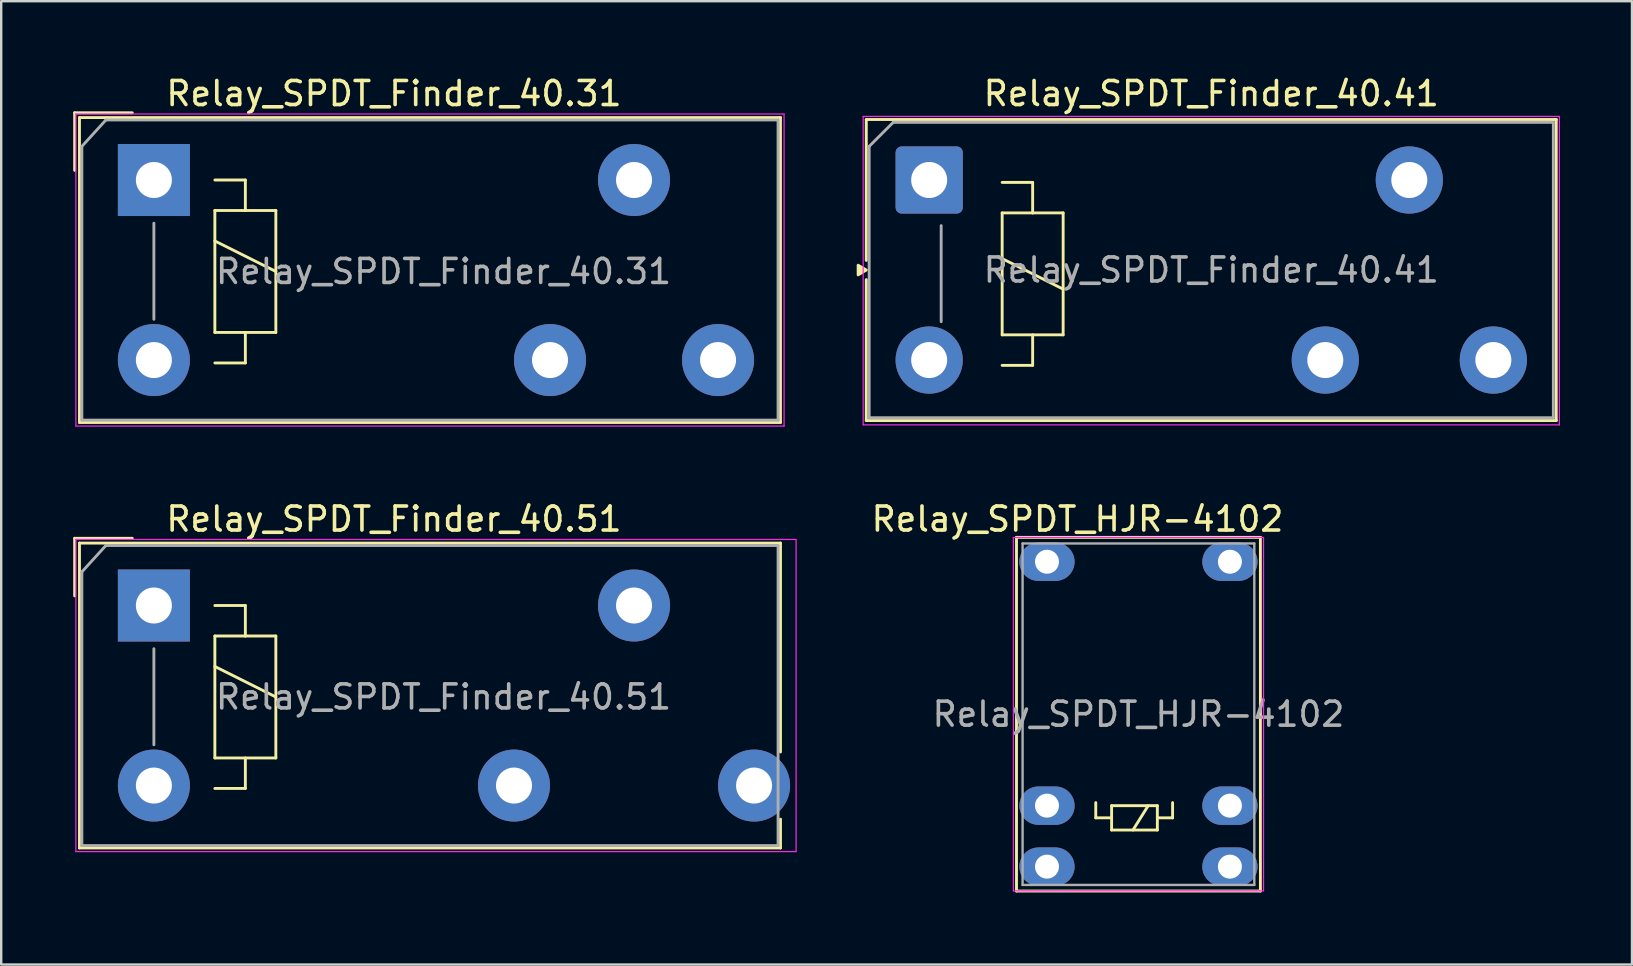
<source format=kicad_pcb>
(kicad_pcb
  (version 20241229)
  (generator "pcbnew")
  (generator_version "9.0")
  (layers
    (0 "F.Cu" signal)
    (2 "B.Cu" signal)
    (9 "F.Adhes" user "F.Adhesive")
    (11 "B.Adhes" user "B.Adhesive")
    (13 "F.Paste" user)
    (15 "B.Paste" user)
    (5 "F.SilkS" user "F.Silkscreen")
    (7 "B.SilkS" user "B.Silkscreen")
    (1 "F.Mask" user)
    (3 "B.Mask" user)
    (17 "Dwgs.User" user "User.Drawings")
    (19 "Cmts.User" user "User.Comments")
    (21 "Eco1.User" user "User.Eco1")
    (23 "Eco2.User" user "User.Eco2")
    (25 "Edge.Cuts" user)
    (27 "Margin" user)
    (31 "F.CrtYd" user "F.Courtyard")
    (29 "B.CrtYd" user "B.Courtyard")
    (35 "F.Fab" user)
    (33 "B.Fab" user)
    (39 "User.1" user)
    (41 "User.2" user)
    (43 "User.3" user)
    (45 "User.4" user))
  (footprint "Relay_SPDT_Finder_40.41"
    (layer "F.Cu")
    (at 35.654 4.448)
    (property "Reference" "Relay_SPDT_Finder_40.41" (at 11.75 -3.6 0) (layer "F.SilkS") (effects (font (size 1 1) (thickness 0.15))))
    (attr through_hole)
    (fp_line (start -2.62 -2.52) (end 26.12 -2.52) (stroke (width 0.12) (type solid)) (layer "F.SilkS"))
    (fp_line (start -2.62 3.35) (end -2.62 -2.52) (stroke (width 0.12) (type solid)) (layer "F.SilkS"))
    (fp_line (start -2.62 4.15) (end -2.62 10.02) (stroke (width 0.12) (type solid)) (layer "F.SilkS"))
    (fp_line (start 3.04 0.1) (end 4.31 0.1) (stroke (width 0.12) (type solid)) (layer "F.SilkS"))
    (fp_line (start 3.04 1.37) (end 4.31 1.37) (stroke (width 0.12) (type solid)) (layer "F.SilkS"))
    (fp_line (start 3.04 3.275) (end 5.58 4.545) (stroke (width 0.12) (type solid)) (layer "F.SilkS"))
    (fp_line (start 3.04 6.45) (end 3.04 1.37) (stroke (width 0.12) (type solid)) (layer "F.SilkS"))
    (fp_line (start 4.31 0.1) (end 4.31 1.37) (stroke (width 0.12) (type solid)) (layer "F.SilkS"))
    (fp_line (start 4.31 1.37) (end 5.58 1.37) (stroke (width 0.12) (type solid)) (layer "F.SilkS"))
    (fp_line (start 4.31 6.45) (end 4.31 7.72) (stroke (width 0.12) (type solid)) (layer "F.SilkS"))
    (fp_line (start 4.31 7.72) (end 3.04 7.72) (stroke (width 0.12) (type solid)) (layer "F.SilkS"))
    (fp_line (start 5.58 1.37) (end 5.58 6.45) (stroke (width 0.12) (type solid)) (layer "F.SilkS"))
    (fp_line (start 5.58 6.45) (end 3.04 6.45) (stroke (width 0.12) (type solid)) (layer "F.SilkS"))
    (fp_line (start 26.12 10.02) (end -2.62 10.02) (stroke (width 0.12) (type solid)) (layer "F.SilkS"))
    (fp_line (start 26.12 10.02) (end 26.12 -2.52) (stroke (width 0.12) (type solid)) (layer "F.SilkS"))
    (fp_poly (pts (xy -2.62 3.75) (xy -2.959 3.95) (xy -2.959 3.55) (xy -2.62 3.75)) (stroke (width 0.12) (type solid)) (fill yes) (layer "F.SilkS"))
    (fp_line (start -2.75 -2.65) (end -2.75 10.2) (stroke (width 0.05) (type solid)) (layer "F.CrtYd"))
    (fp_line (start -2.75 -2.65) (end 26.25 -2.65) (stroke (width 0.05) (type solid)) (layer "F.CrtYd"))
    (fp_line (start 26.25 10.2) (end -2.75 10.2) (stroke (width 0.05) (type solid)) (layer "F.CrtYd"))
    (fp_line (start 26.25 10.2) (end 26.25 -2.65) (stroke (width 0.05) (type solid)) (layer "F.CrtYd"))
    (fp_line (start -2.5 -1.4) (end -2.5 9.9) (stroke (width 0.12) (type solid)) (layer "F.Fab"))
    (fp_line (start -2.5 9.9) (end 26 9.9) (stroke (width 0.12) (type solid)) (layer "F.Fab"))
    (fp_line (start -1.5 -2.4) (end -2.5 -1.4) (stroke (width 0.12) (type solid)) (layer "F.Fab"))
    (fp_line (start 0.5 1.9) (end 0.5 5.9) (stroke (width 0.12) (type solid)) (layer "F.Fab"))
    (fp_line (start 26 -2.4) (end -1.5 -2.4) (stroke (width 0.12) (type solid)) (layer "F.Fab"))
    (fp_line (start 26 9.9) (end 26 -2.4) (stroke (width 0.12) (type solid)) (layer "F.Fab"))
    (fp_text user "${REFERENCE}" (at 11.75 3.75 0) (layer "F.Fab") (effects (font (size 1 1) (thickness 0.15))))
    (pad "11" thru_hole circle (at 20 0) (size 2.8 2.8) (drill 1.5) (layers "*.Cu" "*.Mask"))
    (pad "12" thru_hole circle (at 16.5 7.5) (size 2.8 2.8) (drill 1.5) (layers "*.Cu" "*.Mask"))
    (pad "14" thru_hole circle (at 23.5 7.5) (size 2.8 2.8) (drill 1.5) (layers "*.Cu" "*.Mask"))
    (pad "A1" thru_hole roundrect (at 0 0) (size 2.8 2.8) (drill 1.5) (layers "*.Cu" "*.Mask") (roundrect_rratio 0.089))
    (pad "A2" thru_hole circle (at 0 7.5) (size 2.8 2.8) (drill 1.5) (layers "*.Cu" "*.Mask")))
  (footprint "Relay_SPDT_Finder_40.51"
    (layer "F.Cu")
    (at 3.36 22.172)
    (property "Reference" "Relay_SPDT_Finder_40.51" (at 10 -3.6 0) (layer "F.SilkS") (effects (font (size 1 1) (thickness 0.15))))
    (attr through_hole)
    (fp_line (start -3.3 -0.4) (end -3.3 -2.8) (stroke (width 0.12) (type solid)) (layer "F.SilkS"))
    (fp_line (start -3.1 -2.6) (end 26.1 -2.6) (stroke (width 0.12) (type solid)) (layer "F.SilkS"))
    (fp_line (start -3.1 10.1) (end -3.1 -2.6) (stroke (width 0.12) (type solid)) (layer "F.SilkS"))
    (fp_line (start -0.9 -2.8) (end -3.3 -2.8) (stroke (width 0.12) (type solid)) (layer "F.SilkS"))
    (fp_line (start 2.54 0) (end 3.81 0) (stroke (width 0.12) (type solid)) (layer "F.SilkS"))
    (fp_line (start 2.54 1.27) (end 3.81 1.27) (stroke (width 0.12) (type solid)) (layer "F.SilkS"))
    (fp_line (start 2.54 2.54) (end 5.08 3.81) (stroke (width 0.12) (type solid)) (layer "F.SilkS"))
    (fp_line (start 2.54 6.35) (end 2.54 1.27) (stroke (width 0.12) (type solid)) (layer "F.SilkS"))
    (fp_line (start 3.81 0) (end 3.81 1.27) (stroke (width 0.12) (type solid)) (layer "F.SilkS"))
    (fp_line (start 3.81 1.27) (end 5.08 1.27) (stroke (width 0.12) (type solid)) (layer "F.SilkS"))
    (fp_line (start 3.81 6.35) (end 3.81 7.62) (stroke (width 0.12) (type solid)) (layer "F.SilkS"))
    (fp_line (start 3.81 7.62) (end 2.54 7.62) (stroke (width 0.12) (type solid)) (layer "F.SilkS"))
    (fp_line (start 5.08 1.27) (end 5.08 6.35) (stroke (width 0.12) (type solid)) (layer "F.SilkS"))
    (fp_line (start 5.08 6.35) (end 2.54 6.35) (stroke (width 0.12) (type solid)) (layer "F.SilkS"))
    (fp_line (start 26.1 -2.6) (end 26.1 6.1) (stroke (width 0.12) (type solid)) (layer "F.SilkS"))
    (fp_line (start 26.1 8.9) (end 26.1 10.1) (stroke (width 0.12) (type solid)) (layer "F.SilkS"))
    (fp_line (start 26.1 10.1) (end -3.1 10.1) (stroke (width 0.12) (type solid)) (layer "F.SilkS"))
    (fp_line (start -3.25 -2.75) (end -3.25 10.25) (stroke (width 0.05) (type solid)) (layer "F.CrtYd"))
    (fp_line (start -3.25 -2.75) (end 26.75 -2.75) (stroke (width 0.05) (type solid)) (layer "F.CrtYd"))
    (fp_line (start 26.75 10.25) (end -3.25 10.25) (stroke (width 0.05) (type solid)) (layer "F.CrtYd"))
    (fp_line (start 26.75 10.25) (end 26.75 -2.75) (stroke (width 0.05) (type solid)) (layer "F.CrtYd"))
    (fp_line (start -3 -1.4) (end -3 10) (stroke (width 0.12) (type solid)) (layer "F.Fab"))
    (fp_line (start -3 10) (end 26 10) (stroke (width 0.12) (type solid)) (layer "F.Fab"))
    (fp_line (start -2 -2.5) (end -3 -1.4) (stroke (width 0.12) (type solid)) (layer "F.Fab"))
    (fp_line (start 0 1.8) (end 0 5.8) (stroke (width 0.12) (type solid)) (layer "F.Fab"))
    (fp_line (start 26 -2.5) (end -2 -2.5) (stroke (width 0.12) (type solid)) (layer "F.Fab"))
    (fp_line (start 26 10) (end 26 -2.5) (stroke (width 0.12) (type solid)) (layer "F.Fab"))
    (fp_text user "${REFERENCE}" (at 12.065 3.81 0) (layer "F.Fab") (effects (font (size 1 1) (thickness 0.15))))
    (pad "11" thru_hole circle (at 20 0) (size 3 3) (drill 1.5) (layers "*.Cu" "*.Mask"))
    (pad "12" thru_hole circle (at 15 7.5) (size 3 3) (drill 1.5) (layers "*.Cu" "*.Mask"))
    (pad "14" thru_hole circle (at 25 7.5) (size 3 3) (drill 1.5) (layers "*.Cu" "*.Mask"))
    (pad "A1" thru_hole rect (at 0 0) (size 3 3) (drill 1.5) (layers "*.Cu" "*.Mask"))
    (pad "A2" thru_hole circle (at 0 7.5) (size 3 3) (drill 1.5) (layers "*.Cu" "*.Mask")))
  (footprint "Relay_SPDT_HJR-4102"
    (layer "F.Cu")
    (at 40.561 20.349)
    (property "Reference" "Relay_SPDT_HJR-4102" (at 1.27 -1.778 0) (layer "F.SilkS") (effects (font (size 1 1) (thickness 0.15))))
    (attr through_hole)
    (fp_line (start -1.27 -1.016) (end 8.89 -1.016) (stroke (width 0.12) (type solid)) (layer "F.SilkS"))
    (fp_line (start -1.27 13.716) (end -1.27 -1.016) (stroke (width 0.12) (type solid)) (layer "F.SilkS"))
    (fp_line (start 2.032 10.033) (end 2.032 10.668) (stroke (width 0.12) (type solid)) (layer "F.SilkS"))
    (fp_line (start 2.032 10.668) (end 2.692 10.668) (stroke (width 0.12) (type solid)) (layer "F.SilkS"))
    (fp_line (start 2.692 10.16) (end 2.692 11.176) (stroke (width 0.12) (type solid)) (layer "F.SilkS"))
    (fp_line (start 2.692 11.176) (end 4.597 11.176) (stroke (width 0.12) (type solid)) (layer "F.SilkS"))
    (fp_line (start 4.216 10.16) (end 3.581 11.176) (stroke (width 0.12) (type solid)) (layer "F.SilkS"))
    (fp_line (start 4.597 10.16) (end 2.692 10.16) (stroke (width 0.12) (type solid)) (layer "F.SilkS"))
    (fp_line (start 4.597 10.16) (end 4.597 11.176) (stroke (width 0.12) (type solid)) (layer "F.SilkS"))
    (fp_line (start 5.232 10.033) (end 5.232 10.668) (stroke (width 0.12) (type solid)) (layer "F.SilkS"))
    (fp_line (start 5.232 10.668) (end 4.597 10.668) (stroke (width 0.12) (type solid)) (layer "F.SilkS"))
    (fp_line (start 8.89 -1.016) (end 8.89 13.716) (stroke (width 0.12) (type solid)) (layer "F.SilkS"))
    (fp_line (start 8.89 13.716) (end -1.27 13.716) (stroke (width 0.12) (type solid)) (layer "F.SilkS"))
    (fp_line (start -1.4 -1.01) (end 9.02 -1.01) (stroke (width 0.05) (type solid)) (layer "F.CrtYd"))
    (fp_line (start -1.4 13.71) (end -1.4 -1.01) (stroke (width 0.05) (type solid)) (layer "F.CrtYd"))
    (fp_line (start 9.02 -1.01) (end 9.02 13.71) (stroke (width 0.05) (type solid)) (layer "F.CrtYd"))
    (fp_line (start 9.02 13.71) (end -1.4 13.71) (stroke (width 0.05) (type solid)) (layer "F.CrtYd"))
    (fp_line (start -1.016 -0.762) (end 8.636 -0.762) (stroke (width 0.1) (type solid)) (layer "F.Fab"))
    (fp_line (start -1.016 13.462) (end -1.016 -0.762) (stroke (width 0.1) (type solid)) (layer "F.Fab"))
    (fp_line (start 8.636 -0.762) (end 8.636 13.462) (stroke (width 0.1) (type solid)) (layer "F.Fab"))
    (fp_line (start 8.636 13.462) (end -1.016 13.462) (stroke (width 0.1) (type solid)) (layer "F.Fab"))
    (fp_text user "${REFERENCE}" (at 3.81 6.35 0) (layer "F.Fab") (effects (font (size 1 1) (thickness 0.15))))
    (pad "1" thru_hole oval (at 0 0) (size 2.3 1.6) (drill 1) (layers "*.Cu" "*.Mask"))
    (pad "5" thru_hole oval (at 0 10.16) (size 2.3 1.6) (drill 1) (layers "*.Cu" "*.Mask"))
    (pad "6" thru_hole oval (at 0 12.7) (size 2.3 1.6) (drill 1) (layers "*.Cu" "*.Mask"))
    (pad "7" thru_hole oval (at 7.62 12.7) (size 2.3 1.6) (drill 1) (layers "*.Cu" "*.Mask"))
    (pad "8" thru_hole oval (at 7.62 10.16) (size 2.3 1.6) (drill 1) (layers "*.Cu" "*.Mask"))
    (pad "12" thru_hole oval (at 7.62 0) (size 2.3 1.6) (drill 1) (layers "*.Cu" "*.Mask")))
  (footprint "Relay_SPDT_Finder_40.31"
    (layer "F.Cu")
    (at 3.36 4.448)
    (property "Reference" "Relay_SPDT_Finder_40.31" (at 10 -3.6 0) (layer "F.SilkS") (effects (font (size 1 1) (thickness 0.15))))
    (attr through_hole)
    (fp_line (start -3.3 -0.4) (end -3.3 -2.8) (stroke (width 0.12) (type solid)) (layer "F.SilkS"))
    (fp_line (start -3.1 -2.6) (end 26.1 -2.6) (stroke (width 0.12) (type solid)) (layer "F.SilkS"))
    (fp_line (start -3.1 10.1) (end -3.1 -2.6) (stroke (width 0.12) (type solid)) (layer "F.SilkS"))
    (fp_line (start -0.9 -2.8) (end -3.3 -2.8) (stroke (width 0.12) (type solid)) (layer "F.SilkS"))
    (fp_line (start 2.54 0) (end 3.81 0) (stroke (width 0.12) (type solid)) (layer "F.SilkS"))
    (fp_line (start 2.54 1.27) (end 3.81 1.27) (stroke (width 0.12) (type solid)) (layer "F.SilkS"))
    (fp_line (start 2.54 2.54) (end 5.08 3.81) (stroke (width 0.12) (type solid)) (layer "F.SilkS"))
    (fp_line (start 2.54 6.35) (end 2.54 1.27) (stroke (width 0.12) (type solid)) (layer "F.SilkS"))
    (fp_line (start 3.81 0) (end 3.81 1.27) (stroke (width 0.12) (type solid)) (layer "F.SilkS"))
    (fp_line (start 3.81 1.27) (end 5.08 1.27) (stroke (width 0.12) (type solid)) (layer "F.SilkS"))
    (fp_line (start 3.81 6.35) (end 3.81 7.62) (stroke (width 0.12) (type solid)) (layer "F.SilkS"))
    (fp_line (start 3.81 7.62) (end 2.54 7.62) (stroke (width 0.12) (type solid)) (layer "F.SilkS"))
    (fp_line (start 5.08 1.27) (end 5.08 6.35) (stroke (width 0.12) (type solid)) (layer "F.SilkS"))
    (fp_line (start 5.08 6.35) (end 2.54 6.35) (stroke (width 0.12) (type solid)) (layer "F.SilkS"))
    (fp_line (start 26.1 -2.6) (end 26.1 10.1) (stroke (width 0.12) (type solid)) (layer "F.SilkS"))
    (fp_line (start 26.1 10.1) (end -3.1 10.1) (stroke (width 0.12) (type solid)) (layer "F.SilkS"))
    (fp_line (start -3.25 -2.75) (end -3.25 10.25) (stroke (width 0.05) (type solid)) (layer "F.CrtYd"))
    (fp_line (start -3.25 -2.75) (end 26.25 -2.75) (stroke (width 0.05) (type solid)) (layer "F.CrtYd"))
    (fp_line (start 26.25 10.25) (end -3.25 10.25) (stroke (width 0.05) (type solid)) (layer "F.CrtYd"))
    (fp_line (start 26.25 10.25) (end 26.25 -2.75) (stroke (width 0.05) (type solid)) (layer "F.CrtYd"))
    (fp_line (start -3 -1.4) (end -3 10) (stroke (width 0.12) (type solid)) (layer "F.Fab"))
    (fp_line (start -3 10) (end 26 10) (stroke (width 0.12) (type solid)) (layer "F.Fab"))
    (fp_line (start -2 -2.5) (end -3 -1.4) (stroke (width 0.12) (type solid)) (layer "F.Fab"))
    (fp_line (start 0 1.8) (end 0 5.8) (stroke (width 0.12) (type solid)) (layer "F.Fab"))
    (fp_line (start 26 -2.5) (end -2 -2.5) (stroke (width 0.12) (type solid)) (layer "F.Fab"))
    (fp_line (start 26 10) (end 26 -2.5) (stroke (width 0.12) (type solid)) (layer "F.Fab"))
    (fp_text user "${REFERENCE}" (at 12.065 3.81 0) (layer "F.Fab") (effects (font (size 1 1) (thickness 0.15))))
    (pad "11" thru_hole circle (at 20 0) (size 3 3) (drill 1.5) (layers "*.Cu" "*.Mask"))
    (pad "12" thru_hole circle (at 16.5 7.5) (size 3 3) (drill 1.5) (layers "*.Cu" "*.Mask"))
    (pad "14" thru_hole circle (at 23.5 7.5) (size 3 3) (drill 1.5) (layers "*.Cu" "*.Mask"))
    (pad "A1" thru_hole rect (at 0 0) (size 3 3) (drill 1.5) (layers "*.Cu" "*.Mask"))
    (pad "A2" thru_hole circle (at 0 7.5) (size 3 3) (drill 1.5) (layers "*.Cu" "*.Mask")))
  (gr_rect
    (start -3 -3)
    (end 64.929 37.126)
    (stroke (width 0.1) (type default))
    (fill no)
    (layer "Edge.Cuts")))
</source>
